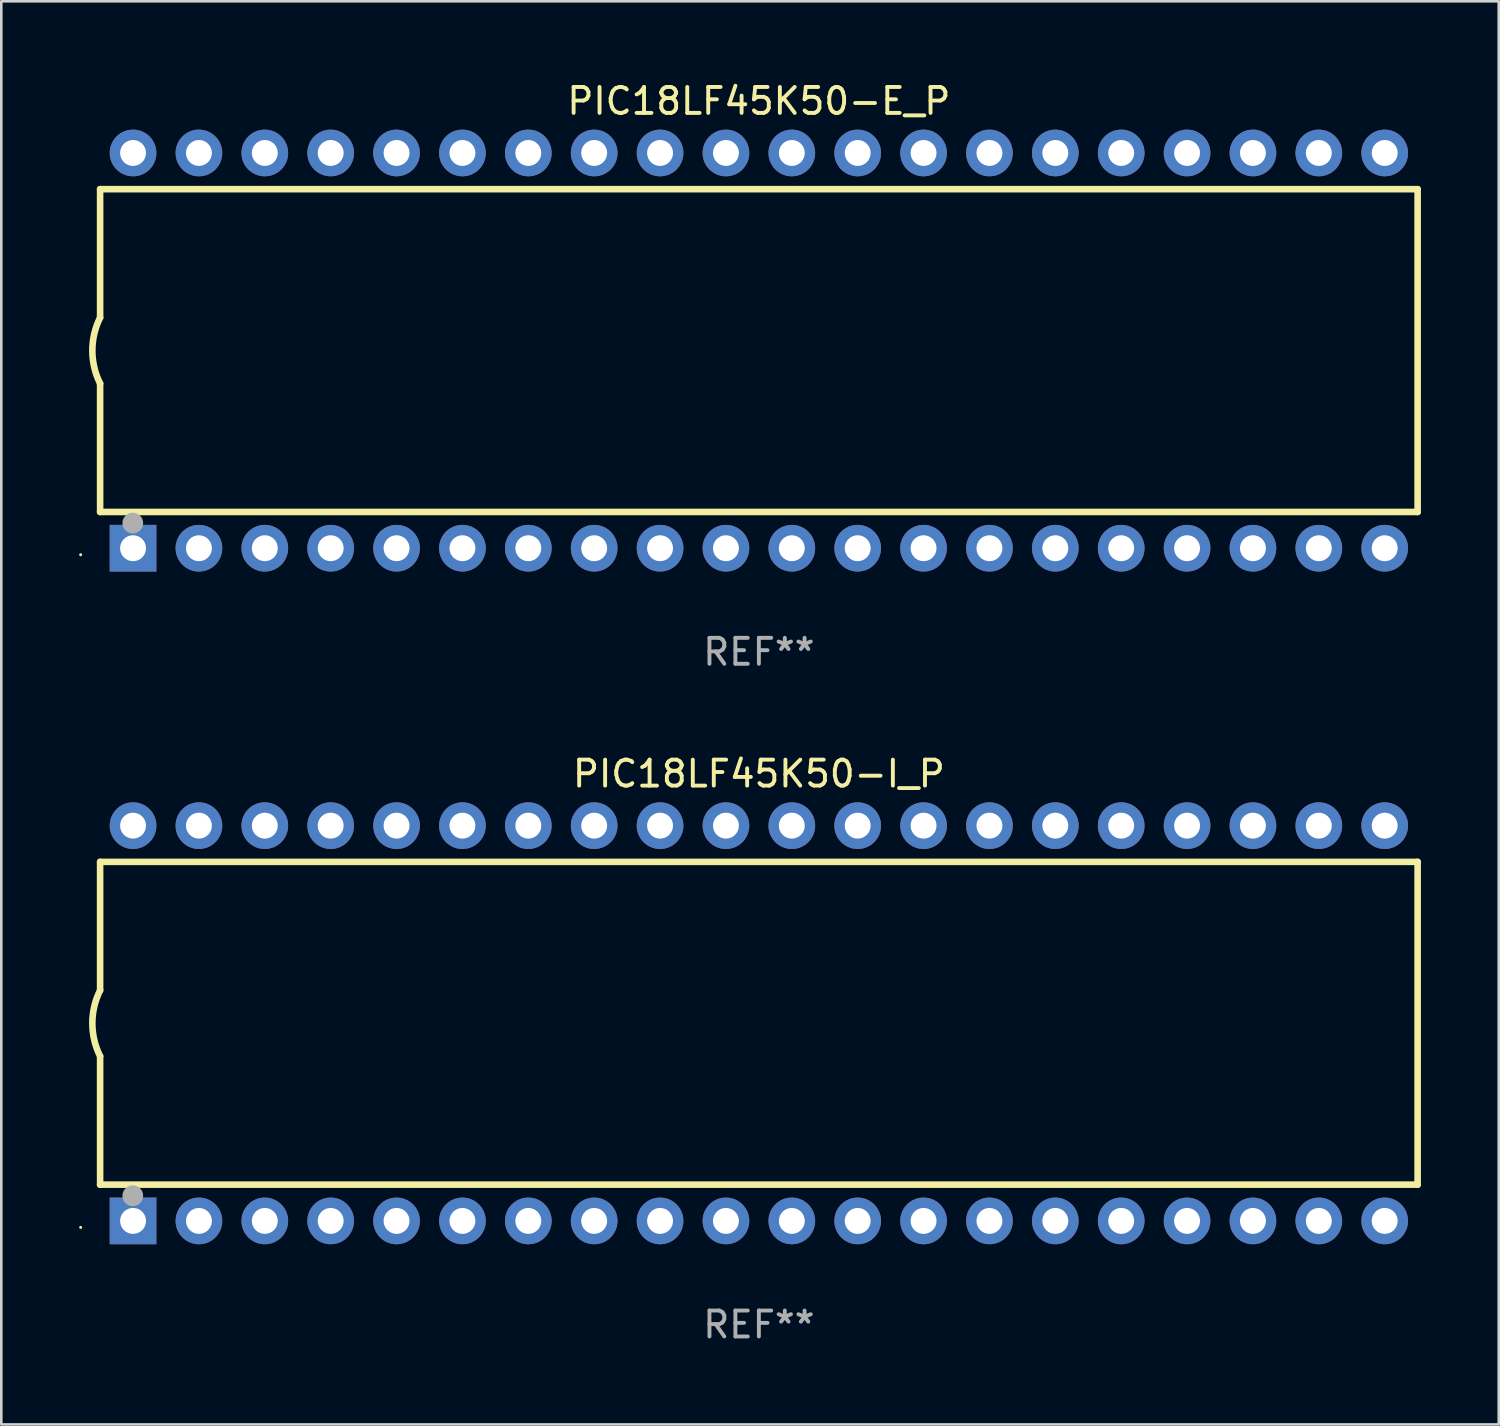
<source format=kicad_pcb>
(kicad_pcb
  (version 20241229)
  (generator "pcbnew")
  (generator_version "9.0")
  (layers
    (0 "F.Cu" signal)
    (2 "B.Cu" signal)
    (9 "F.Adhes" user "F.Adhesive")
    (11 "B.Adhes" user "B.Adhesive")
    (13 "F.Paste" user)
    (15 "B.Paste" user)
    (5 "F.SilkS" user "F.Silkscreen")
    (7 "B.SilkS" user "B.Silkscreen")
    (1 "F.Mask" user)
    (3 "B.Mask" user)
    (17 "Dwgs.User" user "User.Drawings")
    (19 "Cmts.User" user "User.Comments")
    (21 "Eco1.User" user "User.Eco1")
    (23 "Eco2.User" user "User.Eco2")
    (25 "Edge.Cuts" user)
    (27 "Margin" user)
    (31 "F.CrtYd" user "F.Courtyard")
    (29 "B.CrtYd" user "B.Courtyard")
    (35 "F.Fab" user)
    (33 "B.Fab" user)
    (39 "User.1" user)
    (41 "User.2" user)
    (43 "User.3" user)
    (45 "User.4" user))
  (footprint "PIC18LF45K50-E_P"
    (layer "F.Cu")
    (at 26.21 10.468)
    (property "Reference" "PIC18LF45K50-E_P" (at 0 -9.62 0) (layer "F.SilkS") (effects (font (size 1 1) (thickness 0.15))))
    (attr through_hole)
    (fp_line (start -25.4 -6.224) (end -25.4 -1.271) (stroke (width 0.254) (type solid)) (layer "F.SilkS"))
    (fp_line (start -25.4 -6.224) (end 25.4 -6.224) (stroke (width 0.254) (type solid)) (layer "F.SilkS"))
    (fp_line (start -25.4 1.269) (end -25.4 6.222) (stroke (width 0.254) (type solid)) (layer "F.SilkS"))
    (fp_line (start -25.4 6.222) (end 25.4 6.222) (stroke (width 0.254) (type solid)) (layer "F.SilkS"))
    (fp_line (start 25.4 6.222) (end 25.4 -6.224) (stroke (width 0.254) (type solid)) (layer "F.SilkS"))
    (fp_arc (start -25.4 1.269241) (mid -25.699807 -0.000762) (end -25.4 -1.270765) (stroke (width 0.254001) (type solid)) (layer "F.SilkS"))
    (fp_circle (center -26.15 7.87) (end -26.12 7.87) (stroke (width 0.06) (type solid)) (fill no) (layer "F.SilkS"))
    (fp_circle (center -24.14 6.65) (end -23.94 6.65) (stroke (width 0.4) (type solid)) (fill no) (layer "F.Fab"))
    (fp_text user "REF**" (at 0 11.62 0) (layer "F.Fab") (effects (font (size 1 1) (thickness 0.15))))
    (pad "1" thru_hole rect (at -24.13 7.62 90) (size 1.8 1.8) (drill 1) (layers "*.Cu" "*.Mask"))
    (pad "2" thru_hole circle (at -21.59 7.62) (size 1.8 1.8) (drill 1) (layers "*.Cu" "*.Mask"))
    (pad "3" thru_hole circle (at -19.05 7.62) (size 1.8 1.8) (drill 1) (layers "*.Cu" "*.Mask"))
    (pad "4" thru_hole circle (at -16.51 7.62) (size 1.8 1.8) (drill 1) (layers "*.Cu" "*.Mask"))
    (pad "5" thru_hole circle (at -13.97 7.62) (size 1.8 1.8) (drill 1) (layers "*.Cu" "*.Mask"))
    (pad "6" thru_hole circle (at -11.43 7.62) (size 1.8 1.8) (drill 1) (layers "*.Cu" "*.Mask"))
    (pad "7" thru_hole circle (at -8.89 7.62) (size 1.8 1.8) (drill 1) (layers "*.Cu" "*.Mask"))
    (pad "8" thru_hole circle (at -6.35 7.62) (size 1.8 1.8) (drill 1) (layers "*.Cu" "*.Mask"))
    (pad "9" thru_hole circle (at -3.81 7.62) (size 1.8 1.8) (drill 1) (layers "*.Cu" "*.Mask"))
    (pad "10" thru_hole circle (at -1.27 7.62) (size 1.8 1.8) (drill 1) (layers "*.Cu" "*.Mask"))
    (pad "11" thru_hole circle (at 1.27 7.62) (size 1.8 1.8) (drill 1) (layers "*.Cu" "*.Mask"))
    (pad "12" thru_hole circle (at 3.81 7.62) (size 1.8 1.8) (drill 1) (layers "*.Cu" "*.Mask"))
    (pad "13" thru_hole circle (at 6.35 7.62) (size 1.8 1.8) (drill 1) (layers "*.Cu" "*.Mask"))
    (pad "14" thru_hole circle (at 8.89 7.62) (size 1.8 1.8) (drill 1) (layers "*.Cu" "*.Mask"))
    (pad "15" thru_hole circle (at 11.43 7.62) (size 1.8 1.8) (drill 1) (layers "*.Cu" "*.Mask"))
    (pad "16" thru_hole circle (at 13.97 7.62) (size 1.8 1.8) (drill 1) (layers "*.Cu" "*.Mask"))
    (pad "17" thru_hole circle (at 16.51 7.62) (size 1.8 1.8) (drill 1) (layers "*.Cu" "*.Mask"))
    (pad "18" thru_hole circle (at 19.05 7.62) (size 1.8 1.8) (drill 1) (layers "*.Cu" "*.Mask"))
    (pad "19" thru_hole circle (at 21.59 7.62) (size 1.8 1.8) (drill 1) (layers "*.Cu" "*.Mask"))
    (pad "20" thru_hole circle (at 24.13 7.62) (size 1.8 1.8) (drill 1) (layers "*.Cu" "*.Mask"))
    (pad "21" thru_hole circle (at 24.13 -7.62) (size 1.8 1.8) (drill 1) (layers "*.Cu" "*.Mask"))
    (pad "22" thru_hole circle (at 21.59 -7.62) (size 1.8 1.8) (drill 1) (layers "*.Cu" "*.Mask"))
    (pad "23" thru_hole circle (at 19.05 -7.62) (size 1.8 1.8) (drill 1) (layers "*.Cu" "*.Mask"))
    (pad "24" thru_hole circle (at 16.51 -7.62) (size 1.8 1.8) (drill 1) (layers "*.Cu" "*.Mask"))
    (pad "25" thru_hole circle (at 13.97 -7.62) (size 1.8 1.8) (drill 1) (layers "*.Cu" "*.Mask"))
    (pad "26" thru_hole circle (at 11.43 -7.62) (size 1.8 1.8) (drill 1) (layers "*.Cu" "*.Mask"))
    (pad "27" thru_hole circle (at 8.89 -7.62) (size 1.8 1.8) (drill 1) (layers "*.Cu" "*.Mask"))
    (pad "28" thru_hole circle (at 6.35 -7.62) (size 1.8 1.8) (drill 1) (layers "*.Cu" "*.Mask"))
    (pad "29" thru_hole circle (at 3.81 -7.62) (size 1.8 1.8) (drill 1) (layers "*.Cu" "*.Mask"))
    (pad "30" thru_hole circle (at 1.27 -7.62) (size 1.8 1.8) (drill 1) (layers "*.Cu" "*.Mask"))
    (pad "31" thru_hole circle (at -1.27 -7.62) (size 1.8 1.8) (drill 1) (layers "*.Cu" "*.Mask"))
    (pad "32" thru_hole circle (at -3.81 -7.62) (size 1.8 1.8) (drill 1) (layers "*.Cu" "*.Mask"))
    (pad "33" thru_hole circle (at -6.35 -7.62) (size 1.8 1.8) (drill 1) (layers "*.Cu" "*.Mask"))
    (pad "34" thru_hole circle (at -8.89 -7.62) (size 1.8 1.8) (drill 1) (layers "*.Cu" "*.Mask"))
    (pad "35" thru_hole circle (at -11.43 -7.62) (size 1.8 1.8) (drill 1) (layers "*.Cu" "*.Mask"))
    (pad "36" thru_hole circle (at -13.97 -7.62) (size 1.8 1.8) (drill 1) (layers "*.Cu" "*.Mask"))
    (pad "37" thru_hole circle (at -16.51 -7.62) (size 1.8 1.8) (drill 1) (layers "*.Cu" "*.Mask"))
    (pad "38" thru_hole circle (at -19.05 -7.62) (size 1.8 1.8) (drill 1) (layers "*.Cu" "*.Mask"))
    (pad "39" thru_hole circle (at -21.59 -7.62) (size 1.8 1.8) (drill 1) (layers "*.Cu" "*.Mask"))
    (pad "40" thru_hole circle (at -24.13 -7.62) (size 1.8 1.8) (drill 1) (layers "*.Cu" "*.Mask")))
  (footprint "PIC18LF45K50-I_P"
    (layer "F.Cu")
    (at 26.21 36.405)
    (property "Reference" "PIC18LF45K50-I_P" (at 0 -9.62 0) (layer "F.SilkS") (effects (font (size 1 1) (thickness 0.15))))
    (attr through_hole)
    (fp_line (start -25.4 -6.224) (end -25.4 -1.271) (stroke (width 0.254) (type solid)) (layer "F.SilkS"))
    (fp_line (start -25.4 -6.224) (end 25.4 -6.224) (stroke (width 0.254) (type solid)) (layer "F.SilkS"))
    (fp_line (start -25.4 1.269) (end -25.4 6.222) (stroke (width 0.254) (type solid)) (layer "F.SilkS"))
    (fp_line (start -25.4 6.222) (end 25.4 6.222) (stroke (width 0.254) (type solid)) (layer "F.SilkS"))
    (fp_line (start 25.4 6.222) (end 25.4 -6.224) (stroke (width 0.254) (type solid)) (layer "F.SilkS"))
    (fp_arc (start -25.4 1.269241) (mid -25.699807 -0.000762) (end -25.4 -1.270765) (stroke (width 0.254001) (type solid)) (layer "F.SilkS"))
    (fp_circle (center -26.15 7.87) (end -26.12 7.87) (stroke (width 0.06) (type solid)) (fill no) (layer "F.SilkS"))
    (fp_circle (center -24.14 6.65) (end -23.94 6.65) (stroke (width 0.4) (type solid)) (fill no) (layer "F.Fab"))
    (fp_text user "REF**" (at 0 11.62 0) (layer "F.Fab") (effects (font (size 1 1) (thickness 0.15))))
    (pad "1" thru_hole rect (at -24.13 7.62 90) (size 1.8 1.8) (drill 1) (layers "*.Cu" "*.Mask"))
    (pad "2" thru_hole circle (at -21.59 7.62) (size 1.8 1.8) (drill 1) (layers "*.Cu" "*.Mask"))
    (pad "3" thru_hole circle (at -19.05 7.62) (size 1.8 1.8) (drill 1) (layers "*.Cu" "*.Mask"))
    (pad "4" thru_hole circle (at -16.51 7.62) (size 1.8 1.8) (drill 1) (layers "*.Cu" "*.Mask"))
    (pad "5" thru_hole circle (at -13.97 7.62) (size 1.8 1.8) (drill 1) (layers "*.Cu" "*.Mask"))
    (pad "6" thru_hole circle (at -11.43 7.62) (size 1.8 1.8) (drill 1) (layers "*.Cu" "*.Mask"))
    (pad "7" thru_hole circle (at -8.89 7.62) (size 1.8 1.8) (drill 1) (layers "*.Cu" "*.Mask"))
    (pad "8" thru_hole circle (at -6.35 7.62) (size 1.8 1.8) (drill 1) (layers "*.Cu" "*.Mask"))
    (pad "9" thru_hole circle (at -3.81 7.62) (size 1.8 1.8) (drill 1) (layers "*.Cu" "*.Mask"))
    (pad "10" thru_hole circle (at -1.27 7.62) (size 1.8 1.8) (drill 1) (layers "*.Cu" "*.Mask"))
    (pad "11" thru_hole circle (at 1.27 7.62) (size 1.8 1.8) (drill 1) (layers "*.Cu" "*.Mask"))
    (pad "12" thru_hole circle (at 3.81 7.62) (size 1.8 1.8) (drill 1) (layers "*.Cu" "*.Mask"))
    (pad "13" thru_hole circle (at 6.35 7.62) (size 1.8 1.8) (drill 1) (layers "*.Cu" "*.Mask"))
    (pad "14" thru_hole circle (at 8.89 7.62) (size 1.8 1.8) (drill 1) (layers "*.Cu" "*.Mask"))
    (pad "15" thru_hole circle (at 11.43 7.62) (size 1.8 1.8) (drill 1) (layers "*.Cu" "*.Mask"))
    (pad "16" thru_hole circle (at 13.97 7.62) (size 1.8 1.8) (drill 1) (layers "*.Cu" "*.Mask"))
    (pad "17" thru_hole circle (at 16.51 7.62) (size 1.8 1.8) (drill 1) (layers "*.Cu" "*.Mask"))
    (pad "18" thru_hole circle (at 19.05 7.62) (size 1.8 1.8) (drill 1) (layers "*.Cu" "*.Mask"))
    (pad "19" thru_hole circle (at 21.59 7.62) (size 1.8 1.8) (drill 1) (layers "*.Cu" "*.Mask"))
    (pad "20" thru_hole circle (at 24.13 7.62) (size 1.8 1.8) (drill 1) (layers "*.Cu" "*.Mask"))
    (pad "21" thru_hole circle (at 24.13 -7.62) (size 1.8 1.8) (drill 1) (layers "*.Cu" "*.Mask"))
    (pad "22" thru_hole circle (at 21.59 -7.62) (size 1.8 1.8) (drill 1) (layers "*.Cu" "*.Mask"))
    (pad "23" thru_hole circle (at 19.05 -7.62) (size 1.8 1.8) (drill 1) (layers "*.Cu" "*.Mask"))
    (pad "24" thru_hole circle (at 16.51 -7.62) (size 1.8 1.8) (drill 1) (layers "*.Cu" "*.Mask"))
    (pad "25" thru_hole circle (at 13.97 -7.62) (size 1.8 1.8) (drill 1) (layers "*.Cu" "*.Mask"))
    (pad "26" thru_hole circle (at 11.43 -7.62) (size 1.8 1.8) (drill 1) (layers "*.Cu" "*.Mask"))
    (pad "27" thru_hole circle (at 8.89 -7.62) (size 1.8 1.8) (drill 1) (layers "*.Cu" "*.Mask"))
    (pad "28" thru_hole circle (at 6.35 -7.62) (size 1.8 1.8) (drill 1) (layers "*.Cu" "*.Mask"))
    (pad "29" thru_hole circle (at 3.81 -7.62) (size 1.8 1.8) (drill 1) (layers "*.Cu" "*.Mask"))
    (pad "30" thru_hole circle (at 1.27 -7.62) (size 1.8 1.8) (drill 1) (layers "*.Cu" "*.Mask"))
    (pad "31" thru_hole circle (at -1.27 -7.62) (size 1.8 1.8) (drill 1) (layers "*.Cu" "*.Mask"))
    (pad "32" thru_hole circle (at -3.81 -7.62) (size 1.8 1.8) (drill 1) (layers "*.Cu" "*.Mask"))
    (pad "33" thru_hole circle (at -6.35 -7.62) (size 1.8 1.8) (drill 1) (layers "*.Cu" "*.Mask"))
    (pad "34" thru_hole circle (at -8.89 -7.62) (size 1.8 1.8) (drill 1) (layers "*.Cu" "*.Mask"))
    (pad "35" thru_hole circle (at -11.43 -7.62) (size 1.8 1.8) (drill 1) (layers "*.Cu" "*.Mask"))
    (pad "36" thru_hole circle (at -13.97 -7.62) (size 1.8 1.8) (drill 1) (layers "*.Cu" "*.Mask"))
    (pad "37" thru_hole circle (at -16.51 -7.62) (size 1.8 1.8) (drill 1) (layers "*.Cu" "*.Mask"))
    (pad "38" thru_hole circle (at -19.05 -7.62) (size 1.8 1.8) (drill 1) (layers "*.Cu" "*.Mask"))
    (pad "39" thru_hole circle (at -21.59 -7.62) (size 1.8 1.8) (drill 1) (layers "*.Cu" "*.Mask"))
    (pad "40" thru_hole circle (at -24.13 -7.62) (size 1.8 1.8) (drill 1) (layers "*.Cu" "*.Mask")))
  (gr_rect
    (start -3 -3)
    (end 54.737 51.873)
    (stroke (width 0.1) (type default))
    (fill no)
    (layer "Edge.Cuts")))
</source>
